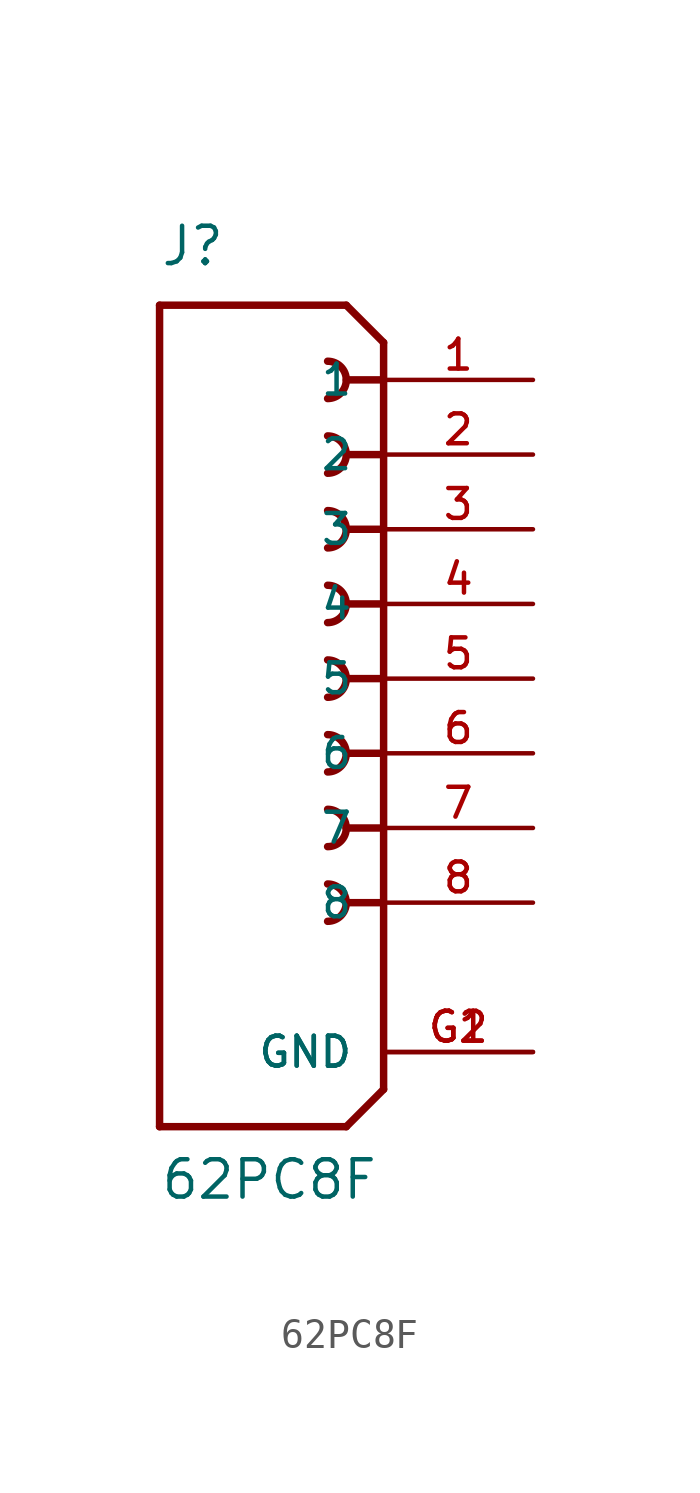
<source format=kicad_sym>
(kicad_symbol_lib
  (version 20211014)
  (generator kicad_symbol_editor)
  (symbol "62PC8F"
    (pin_names
      (offset 1.016))
    (property "Reference" "J"
      (at -7.62 13.97 0)
      (effects (font (size 1.27 1.27)) (justify bottom left)))
    (property "Value" "62PC8F"
      (at -7.62 -17.78 0)
      (effects (font (size 1.27 1.27)) (justify bottom left)))
    (symbol "62PC8F_0_0"
      (polyline (pts (xy 0.0 11.43) (xy -1.27 12.7)) (stroke (width 0.254)))
      (polyline (pts (xy 0.0 11.43) (xy 0.0 10.16)) (stroke (width 0.254)))
      (polyline (pts (xy 0.0 10.16) (xy 0.0 -2.54)) (stroke (width 0.254)))
      (polyline (pts (xy 0.0 -2.54) (xy 0.0 -5.08)) (stroke (width 0.254)))
      (polyline (pts (xy 0.0 -5.08) (xy 0.0 -7.62)) (stroke (width 0.254)))
      (polyline (pts (xy 0.0 -7.62) (xy 0.0 -13.97)) (stroke (width 0.254)))
      (polyline (pts (xy 0.0 -13.97) (xy -1.27 -15.24)) (stroke (width 0.254)))
      (polyline (pts (xy -1.27 -15.24) (xy -7.62 -15.24)) (stroke (width 0.254)))
      (polyline (pts (xy -7.62 -15.24) (xy -7.62 12.7)) (stroke (width 0.254)))
      (polyline (pts (xy -7.62 12.7) (xy -1.27 12.7)) (stroke (width 0.254)))
      (polyline (pts (xy 0.0 10.16) (xy -1.27 10.16)) (stroke (width 0.254)))
      (arc (start -1.905 9.525) (mid -1.27 10.16) (end -1.905 10.795) (stroke (width 0.254) (type default) (color 0 0 0 0)) (fill (type none)))
      (polyline (pts (xy 0.0 7.62) (xy -1.27 7.62)) (stroke (width 0.254)))
      (arc (start -1.905 6.985) (mid -1.27 7.62) (end -1.905 8.255) (stroke (width 0.254) (type default) (color 0 0 0 0)) (fill (type none)))
      (polyline (pts (xy 0.0 5.08) (xy -1.27 5.08)) (stroke (width 0.254)))
      (arc (start -1.905 4.445) (mid -1.27 5.08) (end -1.905 5.715) (stroke (width 0.254) (type default) (color 0 0 0 0)) (fill (type none)))
      (polyline (pts (xy 0.0 2.54) (xy -1.27 2.54)) (stroke (width 0.254)))
      (arc (start -1.905 1.905) (mid -1.27 2.54) (end -1.905 3.175) (stroke (width 0.254) (type default) (color 0 0 0 0)) (fill (type none)))
      (polyline (pts (xy 0.0 0.0) (xy -1.27 0.0)) (stroke (width 0.254)))
      (arc (start -1.905 -0.635) (mid -1.27 0.0) (end -1.905 0.635) (stroke (width 0.254) (type default) (color 0 0 0 0)) (fill (type none)))
      (arc (start -1.27 -2.54) (mid -1.456 -2.091) (end -1.905 -1.905) (stroke (width 0.254) (type default) (color 0 0 0 0)) (fill (type none)))
      (arc (start -1.905 -3.175) (mid -1.456 -2.989) (end -1.27 -2.54) (stroke (width 0.254) (type default) (color 0 0 0 0)) (fill (type none)))
      (polyline (pts (xy 0.0 -2.54) (xy -1.27 -2.54)) (stroke (width 0.254)))
      (arc (start -1.905 -5.715) (mid -1.456 -5.529) (end -1.27 -5.08) (stroke (width 0.254) (type default) (color 0 0 0 0)) (fill (type none)))
      (arc (start -1.27 -5.08) (mid -1.456 -4.631) (end -1.905 -4.445) (stroke (width 0.254) (type default) (color 0 0 0 0)) (fill (type none)))
      (polyline (pts (xy 0.0 -5.08) (xy -1.27 -5.08)) (stroke (width 0.254)))
      (arc (start -1.905 -8.255) (mid -1.456 -8.069) (end -1.27 -7.62) (stroke (width 0.254) (type default) (color 0 0 0 0)) (fill (type none)))
      (arc (start -1.27 -7.62) (mid -1.456 -7.171) (end -1.905 -6.985) (stroke (width 0.254) (type default) (color 0 0 0 0)) (fill (type none)))
      (polyline (pts (xy 0.0 -7.62) (xy -1.27 -7.62)) (stroke (width 0.254)))
      (pin passive line (at 5.08 10.16 180.0) (length 5.08) (name "1" (effects (font (size 1.016 1.016)))) (number "1" (effects (font (size 1.016 1.016)))))
      (pin passive line (at 5.08 7.62 180.0) (length 5.08) (name "2" (effects (font (size 1.016 1.016)))) (number "2" (effects (font (size 1.016 1.016)))))
      (pin passive line (at 5.08 5.08 180.0) (length 5.08) (name "3" (effects (font (size 1.016 1.016)))) (number "3" (effects (font (size 1.016 1.016)))))
      (pin passive line (at 5.08 2.54 180.0) (length 5.08) (name "4" (effects (font (size 1.016 1.016)))) (number "4" (effects (font (size 1.016 1.016)))))
      (pin passive line (at 5.08 0.0 180.0) (length 5.08) (name "5" (effects (font (size 1.016 1.016)))) (number "5" (effects (font (size 1.016 1.016)))))
      (pin power_in line (at 5.08 -12.7 180.0) (length 5.08) (name "GND" (effects (font (size 1.016 1.016)))) (number "G1" (effects (font (size 1.016 1.016)))))
      (pin power_in line (at 5.08 -12.7 180.0) (length 5.08) (name "GND" (effects (font (size 1.016 1.016)))) (number "G2" (effects (font (size 1.016 1.016)))))
      (pin passive line (at 5.08 -2.54 180.0) (length 5.08) (name "6" (effects (font (size 1.016 1.016)))) (number "6" (effects (font (size 1.016 1.016)))))
      (pin passive line (at 5.08 -5.08 180.0) (length 5.08) (name "7" (effects (font (size 1.016 1.016)))) (number "7" (effects (font (size 1.016 1.016)))))
      (pin passive line (at 5.08 -7.62 180.0) (length 5.08) (name "8" (effects (font (size 1.016 1.016)))) (number "8" (effects (font (size 1.016 1.016))))))))
</source>
